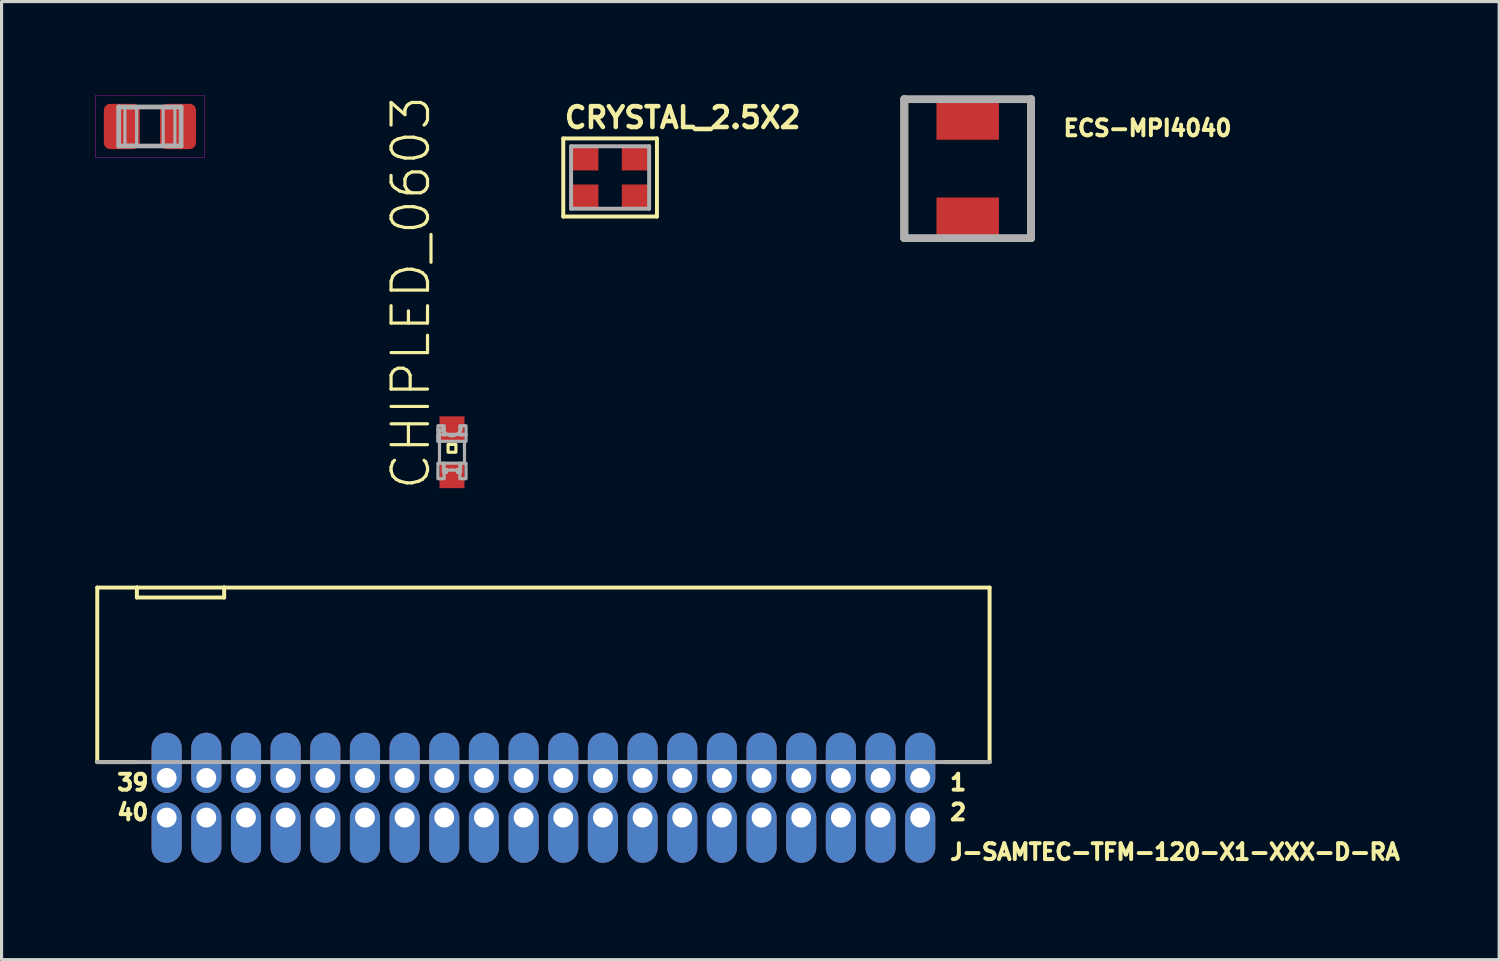
<source format=kicad_pcb>
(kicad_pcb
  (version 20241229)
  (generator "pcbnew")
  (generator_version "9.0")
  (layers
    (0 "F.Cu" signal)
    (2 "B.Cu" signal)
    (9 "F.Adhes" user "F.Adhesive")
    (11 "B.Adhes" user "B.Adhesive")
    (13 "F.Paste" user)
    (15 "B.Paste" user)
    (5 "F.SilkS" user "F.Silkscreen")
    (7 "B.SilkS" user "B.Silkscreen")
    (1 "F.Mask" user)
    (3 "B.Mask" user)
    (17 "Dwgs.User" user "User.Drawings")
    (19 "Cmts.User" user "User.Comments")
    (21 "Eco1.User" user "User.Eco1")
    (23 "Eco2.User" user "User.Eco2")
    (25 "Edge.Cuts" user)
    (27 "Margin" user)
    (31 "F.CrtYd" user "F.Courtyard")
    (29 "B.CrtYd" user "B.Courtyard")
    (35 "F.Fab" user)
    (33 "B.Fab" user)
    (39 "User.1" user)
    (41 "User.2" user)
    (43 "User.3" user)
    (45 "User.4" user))
  (footprint "CHIPLED_0603"
    (layer "F.Cu")
    (at 11.423 11.431)
    (property "Reference" "CHIPLED_0603" (at -0.635 1.27 90) (layer "F.SilkS") (effects (font (size 1.168 1.168) (thickness 0.102)) (justify left bottom)))
    (fp_poly (pts (xy -0.125 0) (xy 0.125 0) (xy 0.125 -0.25) (xy -0.125 -0.25)) (stroke (width 0.1) (type solid)) (fill no) (layer "F.SilkS"))
    (fp_line (start -0.4 -0.375) (end -0.4 0.35) (stroke (width 0.102) (type solid)) (layer "F.Fab"))
    (fp_line (start 0.4 -0.35) (end 0.4 0.35) (stroke (width 0.102) (type solid)) (layer "F.Fab"))
    (fp_arc (start -0.275 0.825) (mid 0 0.55) (end 0.275 0.825) (stroke (width 0.0508) (type solid)) (layer "F.Fab"))
    (fp_arc (start 0.3 -0.799998) (mid -0.000001 -0.524966) (end -0.3 -0.8) (stroke (width 0.1016) (type solid)) (layer "F.Fab"))
    (fp_circle (center -0.35 -0.625) (end -0.275 -0.625) (stroke (width 0.051) (type solid)) (fill no) (layer "F.Fab"))
    (fp_poly (pts (xy -0.45 -0.7) (xy -0.25 -0.7) (xy -0.25 -0.85) (xy -0.45 -0.85)) (stroke (width 0.1) (type solid)) (fill no) (layer "F.Fab"))
    (fp_poly (pts (xy -0.45 -0.35) (xy -0.4 -0.35) (xy -0.4 -0.725) (xy -0.45 -0.725)) (stroke (width 0.1) (type solid)) (fill no) (layer "F.Fab"))
    (fp_poly (pts (xy -0.45 -0.35) (xy 0.45 -0.35) (xy 0.45 -0.575) (xy -0.45 -0.575)) (stroke (width 0.1) (type solid)) (fill no) (layer "F.Fab"))
    (fp_poly (pts (xy -0.45 0.85) (xy -0.25 0.85) (xy -0.25 0.35) (xy -0.45 0.35)) (stroke (width 0.1) (type solid)) (fill no) (layer "F.Fab"))
    (fp_poly (pts (xy -0.275 -0.55) (xy -0.225 -0.55) (xy -0.225 -0.6) (xy -0.275 -0.6)) (stroke (width 0.1) (type solid)) (fill no) (layer "F.Fab"))
    (fp_poly (pts (xy -0.275 0.575) (xy 0.275 0.575) (xy 0.275 0.35) (xy -0.275 0.35)) (stroke (width 0.1) (type solid)) (fill no) (layer "F.Fab"))
    (fp_poly (pts (xy -0.275 0.65) (xy -0.175 0.65) (xy -0.175 0.55) (xy -0.275 0.55)) (stroke (width 0.1) (type solid)) (fill no) (layer "F.Fab"))
    (fp_poly (pts (xy 0.175 0.65) (xy 0.275 0.65) (xy 0.275 0.55) (xy 0.175 0.55)) (stroke (width 0.1) (type solid)) (fill no) (layer "F.Fab"))
    (fp_poly (pts (xy 0.25 -0.55) (xy 0.45 -0.55) (xy 0.45 -0.85) (xy 0.25 -0.85)) (stroke (width 0.1) (type solid)) (fill no) (layer "F.Fab"))
    (fp_poly (pts (xy 0.25 0.85) (xy 0.45 0.85) (xy 0.45 0.35) (xy 0.25 0.35)) (stroke (width 0.1) (type solid)) (fill no) (layer "F.Fab"))
    (pad "A" smd rect (at 0 0.75) (size 0.8 0.8) (layers "F.Cu" "F.Mask" "F.Paste"))
    (pad "C" smd rect (at 0 -0.75) (size 0.8 0.8) (layers "F.Cu" "F.Mask" "F.Paste")))
  (footprint "CRYSTAL_2.5X2"
    (layer "F.Cu")
    (at 16.486 2.633)
    (property "Reference" "CRYSTAL_2.5X2" (at -1.532 -1.528 0) (layer "F.SilkS") (effects (font (size 0.666 0.666) (thickness 0.146)) (justify left bottom)))
    (fp_line (start -1.5 -1.25) (end 1.5 -1.25) (stroke (width 0.127) (type solid)) (layer "F.SilkS"))
    (fp_line (start -1.5 1.25) (end -1.5 -1.25) (stroke (width 0.127) (type solid)) (layer "F.SilkS"))
    (fp_line (start 1.5 -1.25) (end 1.5 1.25) (stroke (width 0.127) (type solid)) (layer "F.SilkS"))
    (fp_line (start 1.5 1.25) (end -1.5 1.25) (stroke (width 0.127) (type solid)) (layer "F.SilkS"))
    (fp_line (start -1.25 -1) (end 1.25 -1) (stroke (width 0.127) (type solid)) (layer "F.Fab"))
    (fp_line (start -1.25 1) (end -1.25 -1) (stroke (width 0.127) (type solid)) (layer "F.Fab"))
    (fp_line (start 1.25 -1) (end 1.25 1) (stroke (width 0.127) (type solid)) (layer "F.Fab"))
    (fp_line (start 1.25 1) (end -1.25 1) (stroke (width 0.127) (type solid)) (layer "F.Fab"))
    (pad "1" smd rect (at -0.825 0.625) (size 0.9 0.8) (layers "F.Cu" "F.Mask" "F.Paste"))
    (pad "2" smd rect (at 0.825 0.625) (size 0.9 0.8) (layers "F.Cu" "F.Mask" "F.Paste"))
    (pad "3" smd rect (at 0.825 -0.625) (size 0.9 0.8) (layers "F.Cu" "F.Mask" "F.Paste"))
    (pad "4" smd rect (at -0.825 -0.625) (size 0.9 0.8) (layers "F.Cu" "F.Mask" "F.Paste")))
  (footprint "ECS-MPI4040"
    (layer "F.Cu")
    (at 27.937 2.35)
    (property "Reference" "ECS-MPI4040" (at 3 -1 0) (layer "F.SilkS") (effects (font (size 0.508 0.508) (thickness 0.127)) (justify left bottom)))
    (fp_line (start -2.03 -2.225) (end -2.03 2.225) (stroke (width 0.25) (type solid)) (layer "F.SilkS"))
    (fp_line (start 2.03 -2.225) (end 2.03 2.225) (stroke (width 0.25) (type solid)) (layer "F.SilkS"))
    (fp_line (start -2.03 -2.225) (end -2.03 2.225) (stroke (width 0.25) (type solid)) (layer "F.Fab"))
    (fp_line (start 2.03 -2.225) (end -2.03 -2.225) (stroke (width 0.25) (type solid)) (layer "F.Fab"))
    (fp_line (start 2.03 -2.225) (end 2.03 2.225) (stroke (width 0.25) (type solid)) (layer "F.Fab"))
    (fp_line (start 2.03 2.225) (end -2.03 2.225) (stroke (width 0.25) (type solid)) (layer "F.Fab"))
    (pad "1" smd rect (at 0 -1.575) (size 2 1.3) (layers "F.Cu" "F.Mask" "F.Paste"))
    (pad "2" smd rect (at 0 1.575) (size 2 1.3) (layers "F.Cu" "F.Mask" "F.Paste")))
  (footprint "J-SAMTEC-TFM-120-X1-XXX-D-RA"
    (layer "F.Cu")
    (at 14.351 22.495)
    (property "Reference" "J-SAMTEC-TFM-120-X1-XXX-D-RA" (at 12.954 2.032 0) (layer "F.SilkS") (effects (font (size 0.508 0.508) (thickness 0.127)) (justify left bottom)))
    (fp_line (start -14.287 -6.731) (end -13.018 -6.731) (stroke (width 0.127) (type solid)) (layer "F.SilkS"))
    (fp_line (start -14.287 -1.143) (end -14.287 -6.731) (stroke (width 0.127) (type solid)) (layer "F.SilkS"))
    (fp_line (start -14.287 -1.143) (end -13.018 -1.143) (stroke (width 0.127) (type solid)) (layer "F.SilkS"))
    (fp_line (start -13.018 -6.731) (end -13.018 -6.413) (stroke (width 0.127) (type solid)) (layer "F.SilkS"))
    (fp_line (start -13.018 -6.731) (end -10.223 -6.731) (stroke (width 0.127) (type solid)) (layer "F.SilkS"))
    (fp_line (start -13.018 -6.413) (end -10.223 -6.413) (stroke (width 0.127) (type solid)) (layer "F.SilkS"))
    (fp_line (start -10.223 -6.731) (end 14.287 -6.731) (stroke (width 0.127) (type solid)) (layer "F.SilkS"))
    (fp_line (start -10.223 -6.413) (end -10.223 -6.731) (stroke (width 0.127) (type solid)) (layer "F.SilkS"))
    (fp_line (start 12.827 -1.143) (end 14.287 -1.143) (stroke (width 0.127) (type solid)) (layer "F.SilkS"))
    (fp_line (start 14.287 -6.731) (end 14.287 -1.143) (stroke (width 0.127) (type solid)) (layer "F.SilkS"))
    (fp_line (start -14.287 -1.143) (end -13.018 -1.143) (stroke (width 0.127) (type solid)) (layer "F.Fab"))
    (fp_line (start -13.018 -1.143) (end -10.223 -1.143) (stroke (width 0.127) (type solid)) (layer "F.Fab"))
    (fp_line (start -10.223 -1.143) (end 14.287 -1.143) (stroke (width 0.127) (type solid)) (layer "F.Fab"))
    (fp_text user "39" (at -13.716 -0.191 0) (layer "F.SilkS") (effects (font (size 0.508 0.508) (thickness 0.127)) (justify left bottom)))
    (fp_text user "1" (at 12.954 -0.191 0) (layer "F.SilkS") (effects (font (size 0.508 0.508) (thickness 0.127)) (justify left bottom)))
    (fp_text user "40" (at -13.716 0.762 0) (layer "F.SilkS") (effects (font (size 0.508 0.508) (thickness 0.127)) (justify left bottom)))
    (fp_text user "2" (at 12.954 0.762 0) (layer "F.SilkS") (effects (font (size 0.508 0.508) (thickness 0.127)) (justify left bottom)))
    (pad "1" thru_hole oval (at 12.065 -0.635 90) (size 1.93 0.965) (drill 0.635 (offset 0.483 0)) (layers "*.Cu" "*.Mask"))
    (pad "2" thru_hole oval (at 12.065 0.635 270) (size 1.93 0.965) (drill 0.635 (offset 0.483 0)) (layers "*.Cu" "*.Mask"))
    (pad "3" thru_hole oval (at 10.795 -0.635 90) (size 1.93 0.965) (drill 0.635 (offset 0.483 0)) (layers "*.Cu" "*.Mask"))
    (pad "4" thru_hole oval (at 10.795 0.635 270) (size 1.93 0.965) (drill 0.635 (offset 0.483 0)) (layers "*.Cu" "*.Mask"))
    (pad "5" thru_hole oval (at 9.525 -0.635 90) (size 1.93 0.965) (drill 0.635 (offset 0.483 0)) (layers "*.Cu" "*.Mask"))
    (pad "6" thru_hole oval (at 9.525 0.635 270) (size 1.93 0.965) (drill 0.635 (offset 0.483 0)) (layers "*.Cu" "*.Mask"))
    (pad "7" thru_hole oval (at 8.255 -0.635 90) (size 1.93 0.965) (drill 0.635 (offset 0.483 0)) (layers "*.Cu" "*.Mask"))
    (pad "8" thru_hole oval (at 8.255 0.635 270) (size 1.93 0.965) (drill 0.635 (offset 0.483 0)) (layers "*.Cu" "*.Mask"))
    (pad "9" thru_hole oval (at 6.985 -0.635 90) (size 1.93 0.965) (drill 0.635 (offset 0.483 0)) (layers "*.Cu" "*.Mask"))
    (pad "10" thru_hole oval (at 6.985 0.635 270) (size 1.93 0.965) (drill 0.635 (offset 0.483 0)) (layers "*.Cu" "*.Mask"))
    (pad "11" thru_hole oval (at 5.715 -0.635 90) (size 1.93 0.965) (drill 0.635 (offset 0.483 0)) (layers "*.Cu" "*.Mask"))
    (pad "12" thru_hole oval (at 5.715 0.635 270) (size 1.93 0.965) (drill 0.635 (offset 0.483 0)) (layers "*.Cu" "*.Mask"))
    (pad "13" thru_hole oval (at 4.445 -0.635 90) (size 1.93 0.965) (drill 0.635 (offset 0.483 0)) (layers "*.Cu" "*.Mask"))
    (pad "14" thru_hole oval (at 4.445 0.635 270) (size 1.93 0.965) (drill 0.635 (offset 0.483 0)) (layers "*.Cu" "*.Mask"))
    (pad "15" thru_hole oval (at 3.175 -0.635 90) (size 1.93 0.965) (drill 0.635 (offset 0.483 0)) (layers "*.Cu" "*.Mask"))
    (pad "16" thru_hole oval (at 3.175 0.635 270) (size 1.93 0.965) (drill 0.635 (offset 0.483 0)) (layers "*.Cu" "*.Mask"))
    (pad "17" thru_hole oval (at 1.905 -0.635 90) (size 1.93 0.965) (drill 0.635 (offset 0.483 0)) (layers "*.Cu" "*.Mask"))
    (pad "18" thru_hole oval (at 1.905 0.635 270) (size 1.93 0.965) (drill 0.635 (offset 0.483 0)) (layers "*.Cu" "*.Mask"))
    (pad "19" thru_hole oval (at 0.635 -0.635 90) (size 1.93 0.965) (drill 0.635 (offset 0.483 0)) (layers "*.Cu" "*.Mask"))
    (pad "20" thru_hole oval (at 0.635 0.635 270) (size 1.93 0.965) (drill 0.635 (offset 0.483 0)) (layers "*.Cu" "*.Mask"))
    (pad "21" thru_hole oval (at -0.635 -0.635 90) (size 1.93 0.965) (drill 0.635 (offset 0.483 0)) (layers "*.Cu" "*.Mask"))
    (pad "22" thru_hole oval (at -0.635 0.635 270) (size 1.93 0.965) (drill 0.635 (offset 0.483 0)) (layers "*.Cu" "*.Mask"))
    (pad "23" thru_hole oval (at -1.905 -0.635 90) (size 1.93 0.965) (drill 0.635 (offset 0.483 0)) (layers "*.Cu" "*.Mask"))
    (pad "24" thru_hole oval (at -1.905 0.635 270) (size 1.93 0.965) (drill 0.635 (offset 0.483 0)) (layers "*.Cu" "*.Mask"))
    (pad "25" thru_hole oval (at -3.175 -0.635 90) (size 1.93 0.965) (drill 0.635 (offset 0.483 0)) (layers "*.Cu" "*.Mask"))
    (pad "26" thru_hole oval (at -3.175 0.635 270) (size 1.93 0.965) (drill 0.635 (offset 0.483 0)) (layers "*.Cu" "*.Mask"))
    (pad "27" thru_hole oval (at -4.445 -0.635 90) (size 1.93 0.965) (drill 0.635 (offset 0.483 0)) (layers "*.Cu" "*.Mask"))
    (pad "28" thru_hole oval (at -4.445 0.635 270) (size 1.93 0.965) (drill 0.635 (offset 0.483 0)) (layers "*.Cu" "*.Mask"))
    (pad "29" thru_hole oval (at -5.715 -0.635 90) (size 1.93 0.965) (drill 0.635 (offset 0.483 0)) (layers "*.Cu" "*.Mask"))
    (pad "30" thru_hole oval (at -5.715 0.635 270) (size 1.93 0.965) (drill 0.635 (offset 0.483 0)) (layers "*.Cu" "*.Mask"))
    (pad "31" thru_hole oval (at -6.985 -0.635 90) (size 1.93 0.965) (drill 0.635 (offset 0.483 0)) (layers "*.Cu" "*.Mask"))
    (pad "32" thru_hole oval (at -6.985 0.635 270) (size 1.93 0.965) (drill 0.635 (offset 0.483 0)) (layers "*.Cu" "*.Mask"))
    (pad "33" thru_hole oval (at -8.255 -0.635 90) (size 1.93 0.965) (drill 0.635 (offset 0.483 0)) (layers "*.Cu" "*.Mask"))
    (pad "34" thru_hole oval (at -8.255 0.635 270) (size 1.93 0.965) (drill 0.635 (offset 0.483 0)) (layers "*.Cu" "*.Mask"))
    (pad "35" thru_hole oval (at -9.525 -0.635 90) (size 1.93 0.965) (drill 0.635 (offset 0.483 0)) (layers "*.Cu" "*.Mask"))
    (pad "36" thru_hole oval (at -9.525 0.635 270) (size 1.93 0.965) (drill 0.635 (offset 0.483 0)) (layers "*.Cu" "*.Mask"))
    (pad "37" thru_hole oval (at -10.795 -0.635 90) (size 1.93 0.965) (drill 0.635 (offset 0.483 0)) (layers "*.Cu" "*.Mask"))
    (pad "38" thru_hole oval (at -10.795 0.635 270) (size 1.93 0.965) (drill 0.635 (offset 0.483 0)) (layers "*.Cu" "*.Mask"))
    (pad "39" thru_hole oval (at -12.065 -0.635 90) (size 1.93 0.965) (drill 0.635 (offset 0.483 0)) (layers "*.Cu" "*.Mask"))
    (pad "40" thru_hole oval (at -12.065 0.635 270) (size 1.93 0.965) (drill 0.635 (offset 0.483 0)) (layers "*.Cu" "*.Mask")))
  (footprint ".0805-B-NOSILK"
    (layer "F.Cu")
    (at 1.75 1)
    (property "Reference" ".0805-B-NOSILK" (at 0 0 0) (layer "F.Mask") (effects (font (size 0.34 0.34) (thickness 0.06)) (justify left bottom)))
    (fp_line (start -1 -0.625) (end 1 -0.625) (stroke (width 0.15) (type solid)) (layer "F.Mask"))
    (fp_line (start -1 0.625) (end -1 -0.625) (stroke (width 0.15) (type solid)) (layer "F.Mask"))
    (fp_line (start 1 -0.625) (end 1 0.625) (stroke (width 0.15) (type solid)) (layer "F.Mask"))
    (fp_line (start 1 0.625) (end -1 0.625) (stroke (width 0.15) (type solid)) (layer "F.Mask"))
    (fp_poly (pts (xy -0.26 0.79) (xy -1.54 0.79) (xy -1.54 -0.79) (xy -0.26 -0.79)) (stroke (width 0.1) (type solid)) (fill no) (layer "F.Mask"))
    (fp_poly (pts (xy 1.54 0.79) (xy 0.26 0.79) (xy 0.26 -0.79) (xy 1.54 -0.79)) (stroke (width 0.1) (type solid)) (fill no) (layer "F.Mask"))
    (fp_line (start -1.745 -0.995) (end -1.745 0.995) (stroke (width 0.01) (type solid)) (layer "F.CrtYd"))
    (fp_line (start -1.745 0.995) (end 1.745 0.995) (stroke (width 0.01) (type solid)) (layer "F.CrtYd"))
    (fp_line (start 1.745 -0.995) (end -1.745 -0.995) (stroke (width 0.01) (type solid)) (layer "F.CrtYd"))
    (fp_line (start 1.745 0.995) (end 1.745 -0.995) (stroke (width 0.01) (type solid)) (layer "F.CrtYd"))
    (fp_line (start -1 -0.625) (end 1 -0.625) (stroke (width 0.15) (type solid)) (layer "F.Fab"))
    (fp_line (start -1 0.625) (end -1 -0.625) (stroke (width 0.15) (type solid)) (layer "F.Fab"))
    (fp_line (start 1 -0.625) (end 1 0.625) (stroke (width 0.15) (type solid)) (layer "F.Fab"))
    (fp_line (start 1 0.625) (end -1 0.625) (stroke (width 0.15) (type solid)) (layer "F.Fab"))
    (fp_poly (pts (xy -0.8 0.6) (xy -0.425 0.6) (xy -0.425 -0.6) (xy -0.8 -0.6)) (stroke (width 0.1) (type solid)) (fill no) (layer "F.Fab"))
    (fp_poly (pts (xy 0.425 0.6) (xy 0.8 0.6) (xy 0.8 -0.6) (xy 0.425 -0.6)) (stroke (width 0.1) (type solid)) (fill no) (layer "F.Fab"))
    (pad "1" smd roundrect (at -0.9 0) (size 1.15 1.45) (layers "F.Cu" "F.Paste") (roundrect_rratio 0.175))
    (pad "2" smd roundrect (at 0.9 0) (size 1.15 1.45) (layers "F.Cu" "F.Paste") (roundrect_rratio 0.175)))
  (gr_rect
    (start -3 -3)
    (end 44.954 27.679)
    (stroke (width 0.1) (type default))
    (fill no)
    (layer "Edge.Cuts")))
</source>
